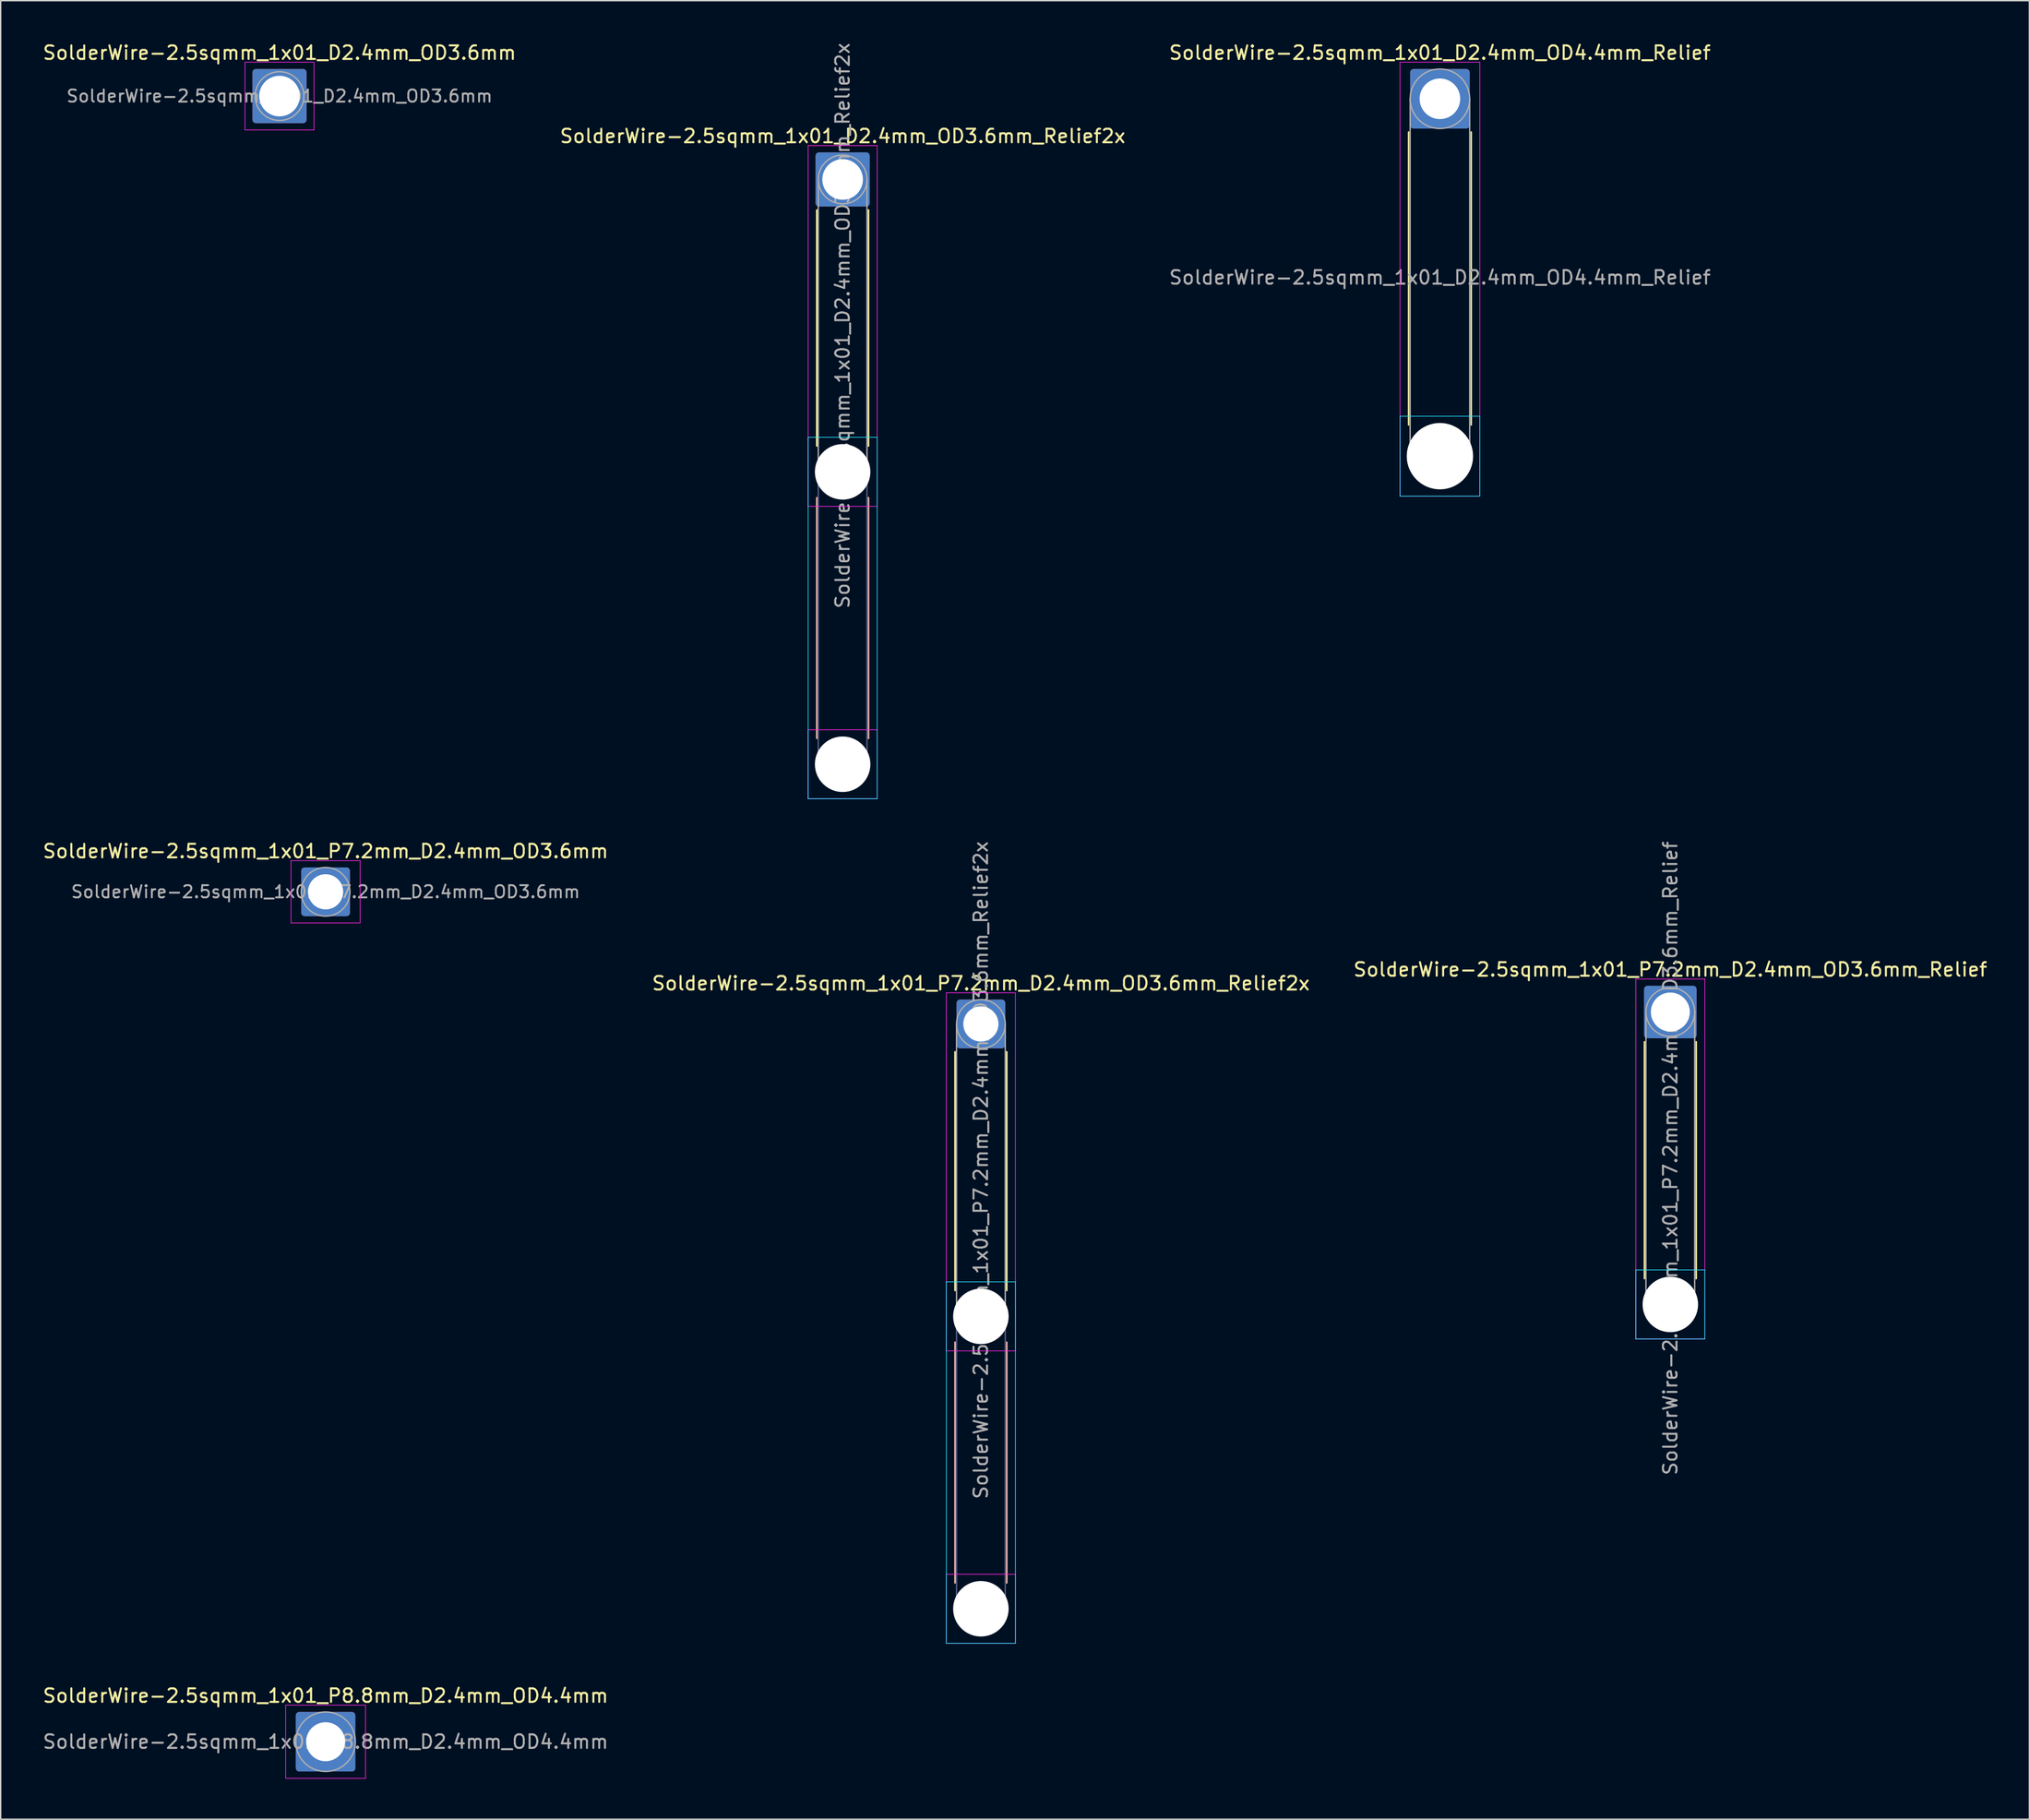
<source format=kicad_pcb>
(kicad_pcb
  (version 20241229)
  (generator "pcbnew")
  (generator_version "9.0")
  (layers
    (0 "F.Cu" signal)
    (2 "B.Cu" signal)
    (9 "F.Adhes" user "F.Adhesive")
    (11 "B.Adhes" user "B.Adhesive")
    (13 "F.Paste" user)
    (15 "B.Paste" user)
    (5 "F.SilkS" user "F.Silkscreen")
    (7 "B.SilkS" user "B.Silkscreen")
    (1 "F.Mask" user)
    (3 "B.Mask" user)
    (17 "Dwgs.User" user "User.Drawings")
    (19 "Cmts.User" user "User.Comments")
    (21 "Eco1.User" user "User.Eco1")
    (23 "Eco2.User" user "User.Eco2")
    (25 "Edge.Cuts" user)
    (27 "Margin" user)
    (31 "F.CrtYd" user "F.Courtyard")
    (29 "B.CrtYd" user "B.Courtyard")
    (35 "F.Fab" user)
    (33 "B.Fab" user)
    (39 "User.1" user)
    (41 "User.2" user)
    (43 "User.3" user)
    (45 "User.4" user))
  (footprint "SolderWire-2.5sqmm_1x01_P7.2mm_D2.4mm_OD3.6mm"
    (layer "F.Cu")
    (at 21.006 62.829)
    (property "Reference" "SolderWire-2.5sqmm_1x01_P7.2mm_D2.4mm_OD3.6mm" (at 0 -3 0) (layer "F.SilkS") (effects (font (size 1 1) (thickness 0.15))))
    (attr exclude_from_pos_files exclude_from_bom)
    (fp_line (start -2.55 -2.3) (end -2.55 2.3) (stroke (width 0.05) (type solid)) (layer "F.CrtYd"))
    (fp_line (start -2.55 2.3) (end 2.55 2.3) (stroke (width 0.05) (type solid)) (layer "F.CrtYd"))
    (fp_line (start 2.55 -2.3) (end -2.55 -2.3) (stroke (width 0.05) (type solid)) (layer "F.CrtYd"))
    (fp_line (start 2.55 2.3) (end 2.55 -2.3) (stroke (width 0.05) (type solid)) (layer "F.CrtYd"))
    (fp_circle (center 0 0) (end 1.8 0) (stroke (width 0.1) (type solid)) (fill no) (layer "F.Fab"))
    (fp_text user "${REFERENCE}" (at 0 0 0) (layer "F.Fab") (effects (font (size 0.9 0.9) (thickness 0.14))))
    (pad "1" thru_hole roundrect (at 0 0) (size 3.6 3.6) (drill 2.6) (layers "*.Cu" "*.Mask") (roundrect_rratio 0.069)))
  (footprint "SolderWire-2.5sqmm_1x01_D2.4mm_OD3.6mm_Relief2x"
    (layer "F.Cu")
    (at 59.208 10.206)
    (property "Reference" "SolderWire-2.5sqmm_1x01_D2.4mm_OD3.6mm_Relief2x" (at 0 -3.2 0) (layer "F.SilkS") (effects (font (size 1 1) (thickness 0.15))))
    (attr exclude_from_pos_files exclude_from_bom)
    (fp_line (start -1.91 2.26) (end -1.91 19.69) (stroke (width 0.12) (type solid)) (layer "F.SilkS"))
    (fp_line (start 1.91 2.26) (end 1.91 19.69) (stroke (width 0.12) (type solid)) (layer "F.SilkS"))
    (fp_line (start -1.91 23.51) (end -1.91 41.29) (stroke (width 0.12) (type solid)) (layer "B.SilkS"))
    (fp_line (start 1.91 23.51) (end 1.91 41.29) (stroke (width 0.12) (type solid)) (layer "B.SilkS"))
    (fp_line (start -2.55 19.05) (end -2.55 45.75) (stroke (width 0.05) (type solid)) (layer "B.CrtYd"))
    (fp_line (start -2.55 45.75) (end 2.55 45.75) (stroke (width 0.05) (type solid)) (layer "B.CrtYd"))
    (fp_line (start 2.55 19.05) (end -2.55 19.05) (stroke (width 0.05) (type solid)) (layer "B.CrtYd"))
    (fp_line (start 2.55 45.75) (end 2.55 19.05) (stroke (width 0.05) (type solid)) (layer "B.CrtYd"))
    (fp_line (start -2.55 -2.5) (end -2.55 24.15) (stroke (width 0.05) (type solid)) (layer "F.CrtYd"))
    (fp_line (start -2.55 24.15) (end 2.55 24.15) (stroke (width 0.05) (type solid)) (layer "F.CrtYd"))
    (fp_line (start -2.55 40.65) (end -2.55 45.75) (stroke (width 0.05) (type solid)) (layer "F.CrtYd"))
    (fp_line (start -2.55 45.75) (end 2.55 45.75) (stroke (width 0.05) (type solid)) (layer "F.CrtYd"))
    (fp_line (start 2.55 -2.5) (end -2.55 -2.5) (stroke (width 0.05) (type solid)) (layer "F.CrtYd"))
    (fp_line (start 2.55 24.15) (end 2.55 -2.5) (stroke (width 0.05) (type solid)) (layer "F.CrtYd"))
    (fp_line (start 2.55 40.65) (end -2.55 40.65) (stroke (width 0.05) (type solid)) (layer "F.CrtYd"))
    (fp_line (start 2.55 45.75) (end 2.55 40.65) (stroke (width 0.05) (type solid)) (layer "F.CrtYd"))
    (fp_line (start -1.8 21.6) (end -1.8 43.2) (stroke (width 0.1) (type solid)) (layer "B.Fab"))
    (fp_line (start 1.8 21.6) (end 1.8 43.2) (stroke (width 0.1) (type solid)) (layer "B.Fab"))
    (fp_circle (center 0 21.6) (end 1.8 21.6) (stroke (width 0.1) (type solid)) (fill no) (layer "B.Fab"))
    (fp_circle (center 0 43.2) (end 1.8 43.2) (stroke (width 0.1) (type solid)) (fill no) (layer "B.Fab"))
    (fp_line (start -1.8 0) (end -1.8 21.6) (stroke (width 0.1) (type solid)) (layer "F.Fab"))
    (fp_line (start 1.8 0) (end 1.8 21.6) (stroke (width 0.1) (type solid)) (layer "F.Fab"))
    (fp_circle (center 0 0) (end 1.8 0) (stroke (width 0.1) (type solid)) (fill no) (layer "F.Fab"))
    (fp_circle (center 0 21.6) (end 1.8 21.6) (stroke (width 0.1) (type solid)) (fill no) (layer "F.Fab"))
    (fp_circle (center 0 43.2) (end 1.8 43.2) (stroke (width 0.1) (type solid)) (fill no) (layer "F.Fab"))
    (fp_text user "${REFERENCE}" (at 0 10.8 90) (layer "F.Fab") (effects (font (size 1 1) (thickness 0.15))))
    (pad "" np_thru_hole circle (at 0 21.6) (size 4.1 4.1) (drill 4.1) (layers "*.Cu" "*.Mask"))
    (pad "" np_thru_hole circle (at 0 43.2) (size 4.1 4.1) (drill 4.1) (layers "*.Cu" "*.Mask"))
    (pad "1" thru_hole roundrect (at 0 0) (size 4 4) (drill 3) (layers "*.Cu" "*.Mask") (roundrect_rratio 0.062)))
  (footprint "SolderWire-2.5sqmm_1x01_P7.2mm_D2.4mm_OD3.6mm_Relief2x"
    (layer "F.Cu")
    (at 69.423 72.592)
    (property "Reference" "SolderWire-2.5sqmm_1x01_P7.2mm_D2.4mm_OD3.6mm_Relief2x" (at 0 -3 0) (layer "F.SilkS") (effects (font (size 1 1) (thickness 0.15))))
    (attr exclude_from_pos_files exclude_from_bom)
    (fp_line (start -1.91 2.06) (end -1.91 19.69) (stroke (width 0.12) (type solid)) (layer "F.SilkS"))
    (fp_line (start 1.91 2.06) (end 1.91 19.69) (stroke (width 0.12) (type solid)) (layer "F.SilkS"))
    (fp_line (start -1.91 23.51) (end -1.91 41.29) (stroke (width 0.12) (type solid)) (layer "B.SilkS"))
    (fp_line (start 1.91 23.51) (end 1.91 41.29) (stroke (width 0.12) (type solid)) (layer "B.SilkS"))
    (fp_line (start -2.55 19.05) (end -2.55 45.75) (stroke (width 0.05) (type solid)) (layer "B.CrtYd"))
    (fp_line (start -2.55 45.75) (end 2.55 45.75) (stroke (width 0.05) (type solid)) (layer "B.CrtYd"))
    (fp_line (start 2.55 19.05) (end -2.55 19.05) (stroke (width 0.05) (type solid)) (layer "B.CrtYd"))
    (fp_line (start 2.55 45.75) (end 2.55 19.05) (stroke (width 0.05) (type solid)) (layer "B.CrtYd"))
    (fp_line (start -2.55 -2.3) (end -2.55 24.15) (stroke (width 0.05) (type solid)) (layer "F.CrtYd"))
    (fp_line (start -2.55 24.15) (end 2.55 24.15) (stroke (width 0.05) (type solid)) (layer "F.CrtYd"))
    (fp_line (start -2.55 40.65) (end -2.55 45.75) (stroke (width 0.05) (type solid)) (layer "F.CrtYd"))
    (fp_line (start -2.55 45.75) (end 2.55 45.75) (stroke (width 0.05) (type solid)) (layer "F.CrtYd"))
    (fp_line (start 2.55 -2.3) (end -2.55 -2.3) (stroke (width 0.05) (type solid)) (layer "F.CrtYd"))
    (fp_line (start 2.55 24.15) (end 2.55 -2.3) (stroke (width 0.05) (type solid)) (layer "F.CrtYd"))
    (fp_line (start 2.55 40.65) (end -2.55 40.65) (stroke (width 0.05) (type solid)) (layer "F.CrtYd"))
    (fp_line (start 2.55 45.75) (end 2.55 40.65) (stroke (width 0.05) (type solid)) (layer "F.CrtYd"))
    (fp_line (start -1.8 21.6) (end -1.8 43.2) (stroke (width 0.1) (type solid)) (layer "B.Fab"))
    (fp_line (start 1.8 21.6) (end 1.8 43.2) (stroke (width 0.1) (type solid)) (layer "B.Fab"))
    (fp_circle (center 0 21.6) (end 1.8 21.6) (stroke (width 0.1) (type solid)) (fill no) (layer "B.Fab"))
    (fp_circle (center 0 43.2) (end 1.8 43.2) (stroke (width 0.1) (type solid)) (fill no) (layer "B.Fab"))
    (fp_line (start -1.8 0) (end -1.8 21.6) (stroke (width 0.1) (type solid)) (layer "F.Fab"))
    (fp_line (start 1.8 0) (end 1.8 21.6) (stroke (width 0.1) (type solid)) (layer "F.Fab"))
    (fp_circle (center 0 0) (end 1.8 0) (stroke (width 0.1) (type solid)) (fill no) (layer "F.Fab"))
    (fp_circle (center 0 21.6) (end 1.8 21.6) (stroke (width 0.1) (type solid)) (fill no) (layer "F.Fab"))
    (fp_circle (center 0 43.2) (end 1.8 43.2) (stroke (width 0.1) (type solid)) (fill no) (layer "F.Fab"))
    (fp_text user "${REFERENCE}" (at 0 10.8 90) (layer "F.Fab") (effects (font (size 1 1) (thickness 0.15))))
    (pad "" np_thru_hole circle (at 0 21.6) (size 4.1 4.1) (drill 4.1) (layers "*.Cu" "*.Mask"))
    (pad "" np_thru_hole circle (at 0 43.2) (size 4.1 4.1) (drill 4.1) (layers "*.Cu" "*.Mask"))
    (pad "1" thru_hole roundrect (at 0 0) (size 3.6 3.6) (drill 2.6) (layers "*.Cu" "*.Mask") (roundrect_rratio 0.069)))
  (footprint "SolderWire-2.5sqmm_1x01_D2.4mm_OD3.6mm"
    (layer "F.Cu")
    (at 17.601 4.048)
    (property "Reference" "SolderWire-2.5sqmm_1x01_D2.4mm_OD3.6mm" (at 0 -3.2 0) (layer "F.SilkS") (effects (font (size 1 1) (thickness 0.15))))
    (attr exclude_from_pos_files exclude_from_bom)
    (fp_line (start -2.55 -2.5) (end -2.55 2.5) (stroke (width 0.05) (type solid)) (layer "F.CrtYd"))
    (fp_line (start -2.55 2.5) (end 2.55 2.5) (stroke (width 0.05) (type solid)) (layer "F.CrtYd"))
    (fp_line (start 2.55 -2.5) (end -2.55 -2.5) (stroke (width 0.05) (type solid)) (layer "F.CrtYd"))
    (fp_line (start 2.55 2.5) (end 2.55 -2.5) (stroke (width 0.05) (type solid)) (layer "F.CrtYd"))
    (fp_circle (center 0 0) (end 1.8 0) (stroke (width 0.1) (type solid)) (fill no) (layer "F.Fab"))
    (fp_text user "${REFERENCE}" (at 0 0 0) (layer "F.Fab") (effects (font (size 0.9 0.9) (thickness 0.14))))
    (pad "1" thru_hole roundrect (at 0 0) (size 4 4) (drill 3) (layers "*.Cu" "*.Mask") (roundrect_rratio 0.062)))
  (footprint "SolderWire-2.5sqmm_1x01_P8.8mm_D2.4mm_OD4.4mm"
    (layer "F.Cu")
    (at 21.006 125.615)
    (property "Reference" "SolderWire-2.5sqmm_1x01_P8.8mm_D2.4mm_OD4.4mm" (at 0 -3.4 0) (layer "F.SilkS") (effects (font (size 1 1) (thickness 0.15))))
    (attr exclude_from_pos_files exclude_from_bom)
    (fp_line (start -2.95 -2.7) (end -2.95 2.7) (stroke (width 0.05) (type solid)) (layer "F.CrtYd"))
    (fp_line (start -2.95 2.7) (end 2.95 2.7) (stroke (width 0.05) (type solid)) (layer "F.CrtYd"))
    (fp_line (start 2.95 -2.7) (end -2.95 -2.7) (stroke (width 0.05) (type solid)) (layer "F.CrtYd"))
    (fp_line (start 2.95 2.7) (end 2.95 -2.7) (stroke (width 0.05) (type solid)) (layer "F.CrtYd"))
    (fp_circle (center 0 0) (end 2.2 0) (stroke (width 0.1) (type solid)) (fill no) (layer "F.Fab"))
    (fp_text user "${REFERENCE}" (at 0 0 0) (layer "F.Fab") (effects (font (size 1 1) (thickness 0.15))))
    (pad "1" thru_hole roundrect (at 0 0) (size 4.4 4.4) (drill 2.88) (layers "*.Cu" "*.Mask") (roundrect_rratio 0.057)))
  (footprint "SolderWire-2.5sqmm_1x01_D2.4mm_OD4.4mm_Relief"
    (layer "F.Cu")
    (at 103.339 4.248)
    (property "Reference" "SolderWire-2.5sqmm_1x01_D2.4mm_OD4.4mm_Relief" (at 0 -3.4 0) (layer "F.SilkS") (effects (font (size 1 1) (thickness 0.15))))
    (attr exclude_from_pos_files exclude_from_bom)
    (fp_line (start -2.31 2.46) (end -2.31 24.09) (stroke (width 0.12) (type solid)) (layer "F.SilkS"))
    (fp_line (start 2.31 2.46) (end 2.31 24.09) (stroke (width 0.12) (type solid)) (layer "F.SilkS"))
    (fp_line (start -2.95 23.45) (end -2.95 29.35) (stroke (width 0.05) (type solid)) (layer "B.CrtYd"))
    (fp_line (start -2.95 29.35) (end 2.95 29.35) (stroke (width 0.05) (type solid)) (layer "B.CrtYd"))
    (fp_line (start 2.95 23.45) (end -2.95 23.45) (stroke (width 0.05) (type solid)) (layer "B.CrtYd"))
    (fp_line (start 2.95 29.35) (end 2.95 23.45) (stroke (width 0.05) (type solid)) (layer "B.CrtYd"))
    (fp_line (start -2.95 -2.7) (end -2.95 29.35) (stroke (width 0.05) (type solid)) (layer "F.CrtYd"))
    (fp_line (start -2.95 29.35) (end 2.95 29.35) (stroke (width 0.05) (type solid)) (layer "F.CrtYd"))
    (fp_line (start 2.95 -2.7) (end -2.95 -2.7) (stroke (width 0.05) (type solid)) (layer "F.CrtYd"))
    (fp_line (start 2.95 29.35) (end 2.95 -2.7) (stroke (width 0.05) (type solid)) (layer "F.CrtYd"))
    (fp_line (start -2.2 0) (end -2.2 26.4) (stroke (width 0.1) (type solid)) (layer "F.Fab"))
    (fp_line (start 2.2 0) (end 2.2 26.4) (stroke (width 0.1) (type solid)) (layer "F.Fab"))
    (fp_circle (center 0 0) (end 2.2 0) (stroke (width 0.1) (type solid)) (fill no) (layer "F.Fab"))
    (fp_circle (center 0 26.4) (end 2.2 26.4) (stroke (width 0.1) (type solid)) (fill no) (layer "F.Fab"))
    (fp_text user "${REFERENCE}" (at 0 13.2 0) (layer "F.Fab") (effects (font (size 1 1) (thickness 0.15))))
    (pad "" np_thru_hole circle (at 0 26.4) (size 4.9 4.9) (drill 4.9) (layers "*.Cu" "*.Mask"))
    (pad "1" thru_hole roundrect (at 0 0) (size 4.4 4.4) (drill 3) (layers "*.Cu" "*.Mask") (roundrect_rratio 0.057)))
  (footprint "SolderWire-2.5sqmm_1x01_P7.2mm_D2.4mm_OD3.6mm_Relief"
    (layer "F.Cu")
    (at 120.363 71.711)
    (property "Reference" "SolderWire-2.5sqmm_1x01_P7.2mm_D2.4mm_OD3.6mm_Relief" (at 0 -3.14 0) (layer "F.SilkS") (effects (font (size 1 1) (thickness 0.15))))
    (attr exclude_from_pos_files exclude_from_bom)
    (fp_line (start -1.91 2.2) (end -1.91 19.69) (stroke (width 0.12) (type solid)) (layer "F.SilkS"))
    (fp_line (start 1.91 2.2) (end 1.91 19.69) (stroke (width 0.12) (type solid)) (layer "F.SilkS"))
    (fp_line (start -2.55 19.05) (end -2.55 24.15) (stroke (width 0.05) (type solid)) (layer "B.CrtYd"))
    (fp_line (start -2.55 24.15) (end 2.55 24.15) (stroke (width 0.05) (type solid)) (layer "B.CrtYd"))
    (fp_line (start 2.55 19.05) (end -2.55 19.05) (stroke (width 0.05) (type solid)) (layer "B.CrtYd"))
    (fp_line (start 2.55 24.15) (end 2.55 19.05) (stroke (width 0.05) (type solid)) (layer "B.CrtYd"))
    (fp_line (start -2.55 -2.44) (end -2.55 24.15) (stroke (width 0.05) (type solid)) (layer "F.CrtYd"))
    (fp_line (start -2.55 24.15) (end 2.55 24.15) (stroke (width 0.05) (type solid)) (layer "F.CrtYd"))
    (fp_line (start 2.55 -2.44) (end -2.55 -2.44) (stroke (width 0.05) (type solid)) (layer "F.CrtYd"))
    (fp_line (start 2.55 24.15) (end 2.55 -2.44) (stroke (width 0.05) (type solid)) (layer "F.CrtYd"))
    (fp_line (start -1.8 0) (end -1.8 21.6) (stroke (width 0.1) (type solid)) (layer "F.Fab"))
    (fp_line (start 1.8 0) (end 1.8 21.6) (stroke (width 0.1) (type solid)) (layer "F.Fab"))
    (fp_circle (center 0 0) (end 1.8 0) (stroke (width 0.1) (type solid)) (fill no) (layer "F.Fab"))
    (fp_circle (center 0 21.6) (end 1.8 21.6) (stroke (width 0.1) (type solid)) (fill no) (layer "F.Fab"))
    (fp_text user "${REFERENCE}" (at 0 10.8 90) (layer "F.Fab") (effects (font (size 1 1) (thickness 0.15))))
    (pad "" np_thru_hole circle (at 0 21.6) (size 4.1 4.1) (drill 4.1) (layers "*.Cu" "*.Mask"))
    (pad "1" thru_hole roundrect (at 0 0) (size 3.88 3.88) (drill 2.88) (layers "*.Cu" "*.Mask") (roundrect_rratio 0.064)))
  (gr_rect
    (start -3 -3)
    (end 146.893 131.34)
    (stroke (width 0.1) (type default))
    (fill no)
    (layer "Edge.Cuts")))
</source>
